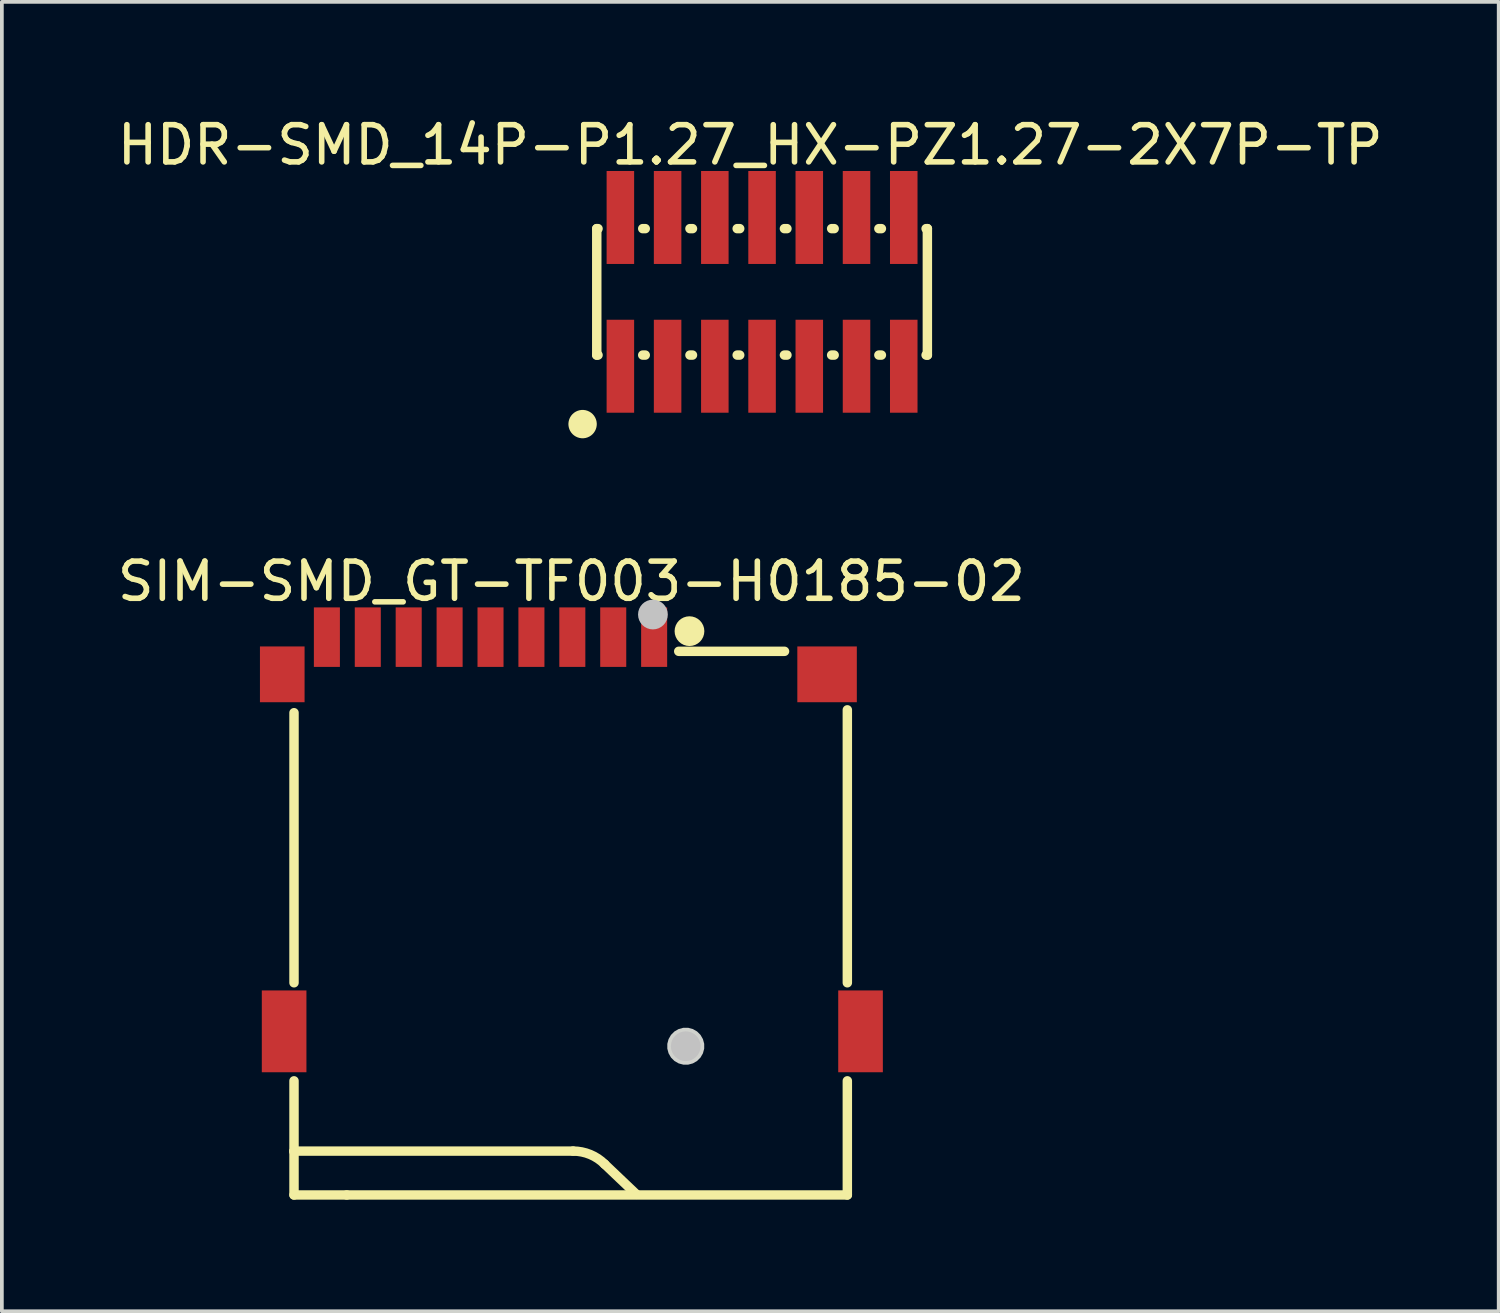
<source format=kicad_pcb>
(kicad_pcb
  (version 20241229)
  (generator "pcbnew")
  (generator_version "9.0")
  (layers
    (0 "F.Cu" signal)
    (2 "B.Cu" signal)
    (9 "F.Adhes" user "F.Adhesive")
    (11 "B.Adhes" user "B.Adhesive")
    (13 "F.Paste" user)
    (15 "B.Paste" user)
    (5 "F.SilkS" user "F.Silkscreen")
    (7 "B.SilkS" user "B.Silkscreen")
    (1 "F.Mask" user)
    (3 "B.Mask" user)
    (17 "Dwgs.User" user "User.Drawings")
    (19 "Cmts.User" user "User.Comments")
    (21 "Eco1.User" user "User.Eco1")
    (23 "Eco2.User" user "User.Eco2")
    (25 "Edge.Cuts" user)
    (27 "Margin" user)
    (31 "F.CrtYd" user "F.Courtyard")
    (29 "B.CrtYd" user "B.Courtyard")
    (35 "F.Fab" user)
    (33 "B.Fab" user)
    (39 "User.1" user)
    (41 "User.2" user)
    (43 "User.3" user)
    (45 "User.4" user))
  (footprint "HDR-SMD_14P-P1.27_HX-PZ1.27-2X7P-TP"
    (layer "F.Cu")
    (at 17.442 4.798)
    (property "Reference" "HDR-SMD_14P-P1.27_HX-PZ1.27-2X7P-TP" (at -0.318 -3.95 180) (layer "F.SilkS") (effects (font (size 1 1) (thickness 0.15))))
    (fp_line (start -4.445 -1.7) (end -4.445 1.7) (stroke (width 0.254) (type default)) (layer "F.SilkS"))
    (fp_line (start -4.445 -1.7) (end -4.411 -1.7) (stroke (width 0.254) (type default)) (layer "F.SilkS"))
    (fp_line (start -4.445 1.7) (end -4.411 1.7) (stroke (width 0.254) (type default)) (layer "F.SilkS"))
    (fp_line (start -3.209 -1.7) (end -3.141 -1.7) (stroke (width 0.254) (type default)) (layer "F.SilkS"))
    (fp_line (start -3.209 1.7) (end -3.141 1.7) (stroke (width 0.254) (type default)) (layer "F.SilkS"))
    (fp_line (start -1.939 -1.7) (end -1.871 -1.7) (stroke (width 0.254) (type default)) (layer "F.SilkS"))
    (fp_line (start -1.939 1.7) (end -1.871 1.7) (stroke (width 0.254) (type default)) (layer "F.SilkS"))
    (fp_line (start -0.669 -1.7) (end -0.601 -1.7) (stroke (width 0.254) (type default)) (layer "F.SilkS"))
    (fp_line (start -0.669 1.7) (end -0.601 1.7) (stroke (width 0.254) (type default)) (layer "F.SilkS"))
    (fp_line (start 0.601 -1.7) (end 0.669 -1.7) (stroke (width 0.254) (type default)) (layer "F.SilkS"))
    (fp_line (start 0.601 1.7) (end 0.669 1.7) (stroke (width 0.254) (type default)) (layer "F.SilkS"))
    (fp_line (start 1.871 -1.7) (end 1.939 -1.7) (stroke (width 0.254) (type default)) (layer "F.SilkS"))
    (fp_line (start 1.871 1.7) (end 1.939 1.7) (stroke (width 0.254) (type default)) (layer "F.SilkS"))
    (fp_line (start 3.141 -1.7) (end 3.209 -1.7) (stroke (width 0.254) (type default)) (layer "F.SilkS"))
    (fp_line (start 3.141 1.7) (end 3.209 1.7) (stroke (width 0.254) (type default)) (layer "F.SilkS"))
    (fp_line (start 4.411 -1.7) (end 4.445 -1.7) (stroke (width 0.254) (type default)) (layer "F.SilkS"))
    (fp_line (start 4.411 1.7) (end 4.445 1.7) (stroke (width 0.254) (type default)) (layer "F.SilkS"))
    (fp_line (start 4.445 -1.7) (end 4.445 1.7) (stroke (width 0.254) (type default)) (layer "F.SilkS"))
    (fp_poly (pts (arc (start -5.207 3.556) (mid -4.826 3.175) (end -4.445 3.556)) (arc (start -4.445 3.556) (mid -4.826 3.937) (end -5.207 3.556))) (stroke (width 0) (type default)) (fill yes) (layer "F.SilkS"))
    (pad "1" smd rect (at -3.81 2) (size 0.74 2.5) (layers "F.Cu" "F.Mask" "F.Paste"))
    (pad "2" smd rect (at -3.81 -2) (size 0.74 2.5) (layers "F.Cu" "F.Mask" "F.Paste"))
    (pad "3" smd rect (at -2.54 2) (size 0.74 2.5) (layers "F.Cu" "F.Mask" "F.Paste"))
    (pad "4" smd rect (at -2.54 -2) (size 0.74 2.5) (layers "F.Cu" "F.Mask" "F.Paste"))
    (pad "5" smd rect (at -1.27 2) (size 0.74 2.5) (layers "F.Cu" "F.Mask" "F.Paste"))
    (pad "6" smd rect (at -1.27 -2) (size 0.74 2.5) (layers "F.Cu" "F.Mask" "F.Paste"))
    (pad "7" smd rect (at 0 2) (size 0.74 2.5) (layers "F.Cu" "F.Mask" "F.Paste"))
    (pad "8" smd rect (at 0 -2) (size 0.74 2.5) (layers "F.Cu" "F.Mask" "F.Paste"))
    (pad "9" smd rect (at 1.27 2) (size 0.74 2.5) (layers "F.Cu" "F.Mask" "F.Paste"))
    (pad "10" smd rect (at 1.27 -2) (size 0.74 2.5) (layers "F.Cu" "F.Mask" "F.Paste"))
    (pad "11" smd rect (at 2.54 2) (size 0.74 2.5) (layers "F.Cu" "F.Mask" "F.Paste"))
    (pad "12" smd rect (at 2.54 -2) (size 0.74 2.5) (layers "F.Cu" "F.Mask" "F.Paste"))
    (pad "13" smd rect (at 3.81 2) (size 0.74 2.5) (layers "F.Cu" "F.Mask" "F.Paste"))
    (pad "14" smd rect (at 3.81 -2) (size 0.74 2.5) (layers "F.Cu" "F.Mask" "F.Paste")))
  (footprint "SIM-SMD_GT-TF003-H0185-02"
    (layer "F.Cu")
    (at 12.315 19.383)
    (property "Reference" "SIM-SMD_GT-TF003-H0185-02" (at 0 -6.8 0) (layer "F.SilkS") (effects (font (size 1 1) (thickness 0.15))))
    (fp_line (start -7.459 3.994) (end -7.459 -3.268) (stroke (width 0.254) (type default)) (layer "F.SilkS"))
    (fp_line (start -7.459 6.631) (end -7.459 9.7) (stroke (width 0.254) (type default)) (layer "F.SilkS"))
    (fp_line (start -7.459 8.52) (end -7.459 8.534) (stroke (width 0.254) (type default)) (layer "F.SilkS"))
    (fp_line (start -7.459 9.7) (end -6.042 9.7) (stroke (width 0.254) (type default)) (layer "F.SilkS"))
    (fp_line (start -6.042 9.7) (end 7.42 9.7) (stroke (width 0.254) (type default)) (layer "F.SilkS"))
    (fp_line (start 0.045 8.52) (end -7.459 8.52) (stroke (width 0.254) (type default)) (layer "F.SilkS"))
    (fp_line (start 0.894 8.871) (end 1.747 9.683) (stroke (width 0.254) (type default)) (layer "F.SilkS"))
    (fp_line (start 2.886 -4.919) (end 5.731 -4.919) (stroke (width 0.254) (type default)) (layer "F.SilkS"))
    (fp_line (start 7.42 -3.345) (end 7.42 3.994) (stroke (width 0.254) (type default)) (layer "F.SilkS"))
    (fp_line (start 7.42 9.7) (end 7.42 6.631) (stroke (width 0.254) (type default)) (layer "F.SilkS"))
    (fp_arc (start 0.045 8.5195) (mid 0.504411 8.610883) (end 0.894 8.871) (stroke (width 0.254) (type default)) (layer "F.SilkS"))
    (fp_circle (center 3.175 -5.461) (end 3.375 -5.461) (stroke (width 0.4) (type default)) (fill no) (layer "F.SilkS"))
    (fp_circle (center 2.192 -5.908) (end 2.392 -5.908) (stroke (width 0.4) (type default)) (fill no) (layer "Dwgs.User"))
    (fp_circle (center 3.075 5.7) (end 3.275 5.7) (stroke (width 0.4) (type default)) (fill no) (layer "Dwgs.User"))
    (fp_poly (pts (xy 3.571 5.635) (xy 3.537 5.509) (xy 3.472 5.396) (xy 3.379 5.303) (xy 3.266 5.238) (xy 3.14 5.204) (xy 3.01 5.204) (xy 2.884 5.238) (xy 2.771 5.303) (xy 2.678 5.396) (xy 2.613 5.509) (xy 2.579 5.635) (xy 2.579 5.765) (xy 2.613 5.891) (xy 2.678 6.004) (xy 2.771 6.097) (xy 2.884 6.162) (xy 3.01 6.196) (xy 3.14 6.196) (xy 3.266 6.162) (xy 3.379 6.097) (xy 3.472 6.004) (xy 3.537 5.891) (xy 3.571 5.765)) (stroke (width 0) (type default)) (fill yes) (layer "Edge.Cuts"))
    (fp_poly (pts (xy -8.07 -3.8) (xy -7.275 -3.8) (xy -7.275 -4.8) (xy -8.07 -4.8)) (stroke (width 0.1) (type default)) (fill no) (layer "User.1"))
    (fp_poly (pts (xy -8.07 4.5) (xy -7.275 4.5) (xy -7.275 6.1) (xy -8.07 6.1)) (stroke (width 0.1) (type default)) (fill no) (layer "User.1"))
    (fp_poly (pts (xy -6.725 -5.35) (xy -6.425 -5.35) (xy -6.425 -4.45) (xy -6.725 -4.45)) (stroke (width 0.1) (type default)) (fill no) (layer "User.1"))
    (fp_poly (pts (xy -5.625 -5.35) (xy -5.325 -5.35) (xy -5.325 -4.45) (xy -5.625 -4.45)) (stroke (width 0.1) (type default)) (fill no) (layer "User.1"))
    (fp_poly (pts (xy -4.525 -5.35) (xy -4.225 -5.35) (xy -4.225 -4.45) (xy -4.525 -4.45)) (stroke (width 0.1) (type default)) (fill no) (layer "User.1"))
    (fp_poly (pts (xy -3.425 -5.35) (xy -3.125 -5.35) (xy -3.125 -4.45) (xy -3.425 -4.45)) (stroke (width 0.1) (type default)) (fill no) (layer "User.1"))
    (fp_poly (pts (xy -2.325 -5.35) (xy -2.025 -5.35) (xy -2.025 -4.45) (xy -2.325 -4.45)) (stroke (width 0.1) (type default)) (fill no) (layer "User.1"))
    (fp_poly (pts (xy -1.225 -5.35) (xy -0.925 -5.35) (xy -0.925 -4.45) (xy -1.225 -4.45)) (stroke (width 0.1) (type default)) (fill no) (layer "User.1"))
    (fp_poly (pts (xy -0.125 -5.35) (xy 0.175 -5.35) (xy 0.175 -4.45) (xy -0.125 -4.45)) (stroke (width 0.1) (type default)) (fill no) (layer "User.1"))
    (fp_poly (pts (xy 0.975 -5.35) (xy 1.275 -5.35) (xy 1.275 -4.45) (xy 0.975 -4.45)) (stroke (width 0.1) (type default)) (fill no) (layer "User.1"))
    (fp_poly (pts (xy 2.075 -5.35) (xy 2.375 -5.35) (xy 2.375 -4.45) (xy 2.075 -4.45)) (stroke (width 0.1) (type default)) (fill no) (layer "User.1"))
    (fp_poly (pts (xy 6.429 -3.8) (xy 6.429 -4.8) (xy 7.229 -4.8) (xy 7.229 -3.8)) (stroke (width 0.1) (type default)) (fill no) (layer "User.1"))
    (fp_poly (pts (xy 7.325 4.5) (xy 8.12 4.5) (xy 8.12 6.1) (xy 7.325 6.1)) (stroke (width 0.1) (type default)) (fill no) (layer "User.1"))
    (fp_line (start -7.459 -4.8) (end 7.331 -4.8) (stroke (width 0.051) (type default)) (layer "User.2"))
    (fp_line (start -7.459 9.7) (end -7.459 -4.8) (stroke (width 0.051) (type default)) (layer "User.2"))
    (fp_line (start 7.331 -4.8) (end 7.331 9.7) (stroke (width 0.051) (type default)) (layer "User.2"))
    (fp_line (start 7.331 9.7) (end -7.459 9.7) (stroke (width 0.051) (type default)) (layer "User.2"))
    (fp_poly (pts (xy 8.175 -5.373) (xy 8.143 -5.405) (xy 8.097 -5.405) (xy 8.065 -5.373) (xy 8.065 -5.327) (xy 8.097 -5.295) (xy 8.143 -5.295) (xy 8.175 -5.327)) (stroke (width 0.1) (type default)) (fill no) (layer "User.3"))
    (pad "1" smd rect (at 2.225 -5.3) (size 0.7 1.6) (layers "F.Cu" "F.Mask" "F.Paste"))
    (pad "2" smd rect (at 1.125 -5.3) (size 0.7 1.6) (layers "F.Cu" "F.Mask" "F.Paste"))
    (pad "3" smd rect (at 0.025 -5.3) (size 0.7 1.6) (layers "F.Cu" "F.Mask" "F.Paste"))
    (pad "4" smd rect (at -1.075 -5.3) (size 0.7 1.6) (layers "F.Cu" "F.Mask" "F.Paste"))
    (pad "5" smd rect (at -2.175 -5.3) (size 0.7 1.6) (layers "F.Cu" "F.Mask" "F.Paste"))
    (pad "6" smd rect (at -3.275 -5.3) (size 0.7 1.6) (layers "F.Cu" "F.Mask" "F.Paste"))
    (pad "7" smd rect (at -4.375 -5.3) (size 0.7 1.6) (layers "F.Cu" "F.Mask" "F.Paste"))
    (pad "8" smd rect (at -5.475 -5.3) (size 0.7 1.6) (layers "F.Cu" "F.Mask" "F.Paste"))
    (pad "CD" smd rect (at -6.575 -5.3) (size 0.7 1.6) (layers "F.Cu" "F.Mask" "F.Paste"))
    (pad "G1" smd rect (at -7.775 -4.3 180) (size 1.2 1.5) (layers "F.Cu" "F.Mask" "F.Paste"))
    (pad "G2" smd rect (at 6.875 -4.3) (size 1.6 1.5) (layers "F.Cu" "F.Mask" "F.Paste"))
    (pad "G3" smd rect (at -7.725 5.3) (size 1.2 2.2) (layers "F.Cu" "F.Mask" "F.Paste"))
    (pad "G4" smd rect (at 7.775 5.3) (size 1.2 2.2) (layers "F.Cu" "F.Mask" "F.Paste")))
  (gr_rect
    (start -3 -3)
    (end 37.25 32.21)
    (stroke (width 0.1) (type default))
    (fill no)
    (layer "Edge.Cuts")))
</source>
